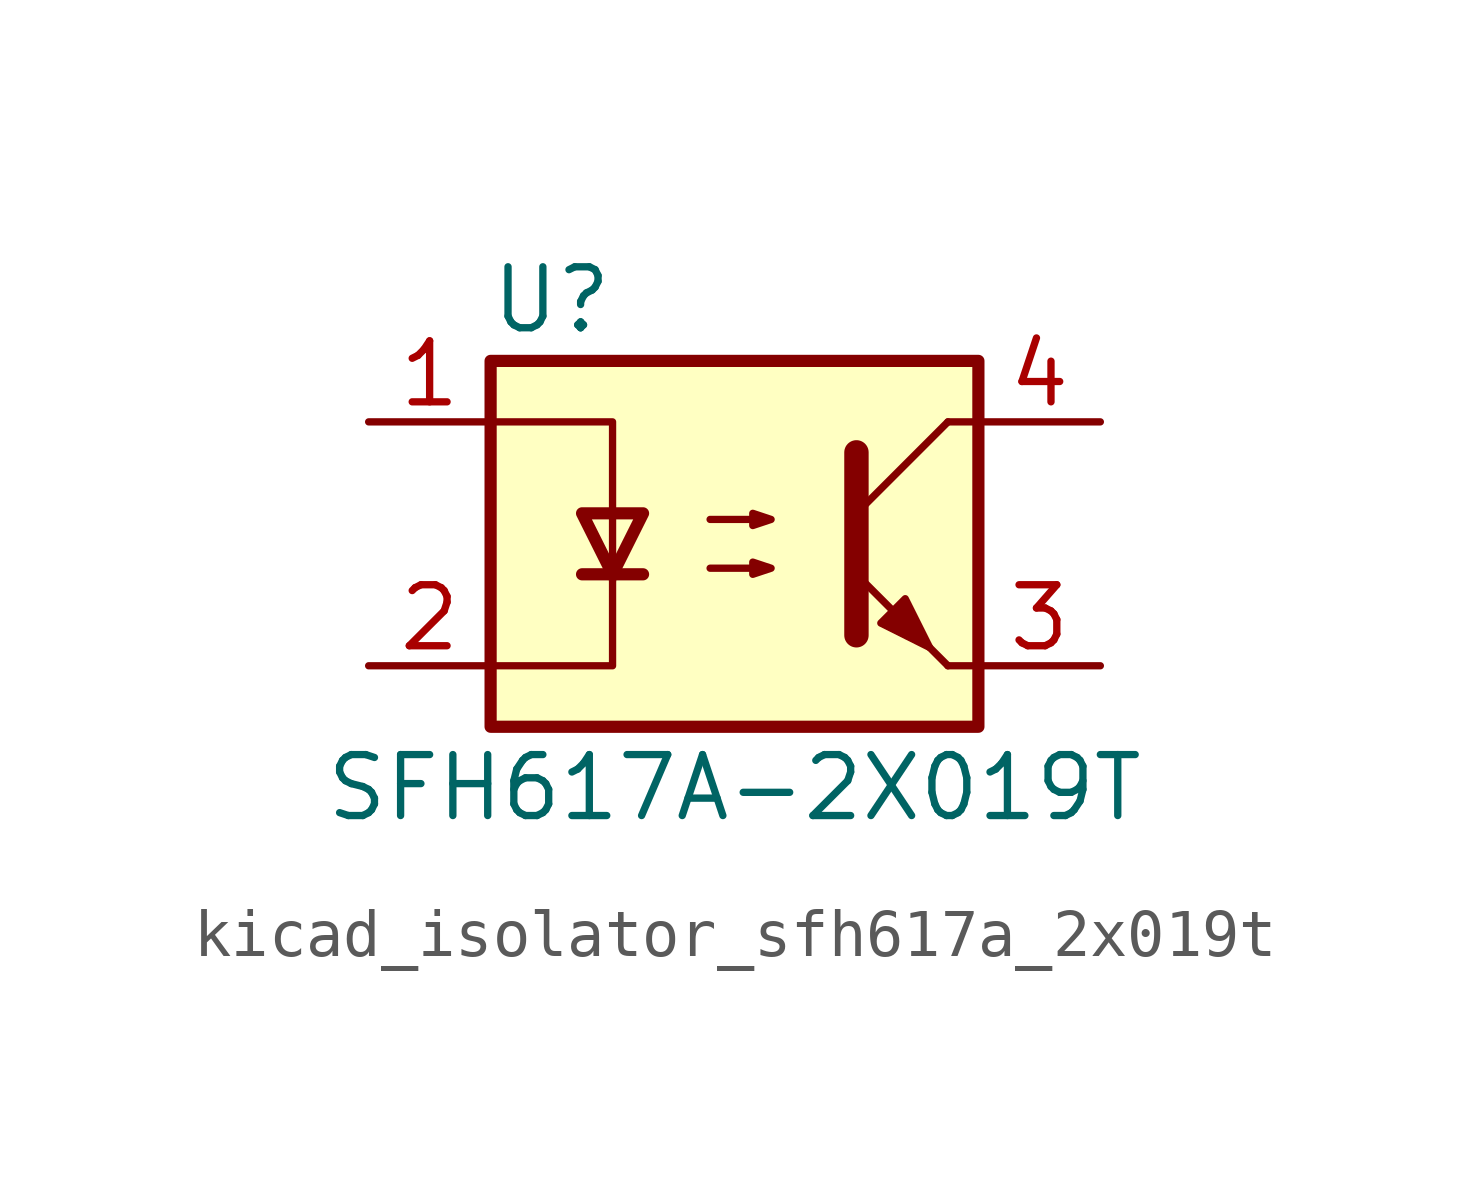
<source format=kicad_sym>
(kicad_symbol_lib
  (version 20220914)
  (generator kicad_symbol_editor)
  (symbol "kicad_isolator_sfh617a_2x019t"
    (property "Reference" "U"
      (at -3.81 5.08 0)
      (effects (font (size 1.27 1.27))))
    (property "Value" "SFH617A-2X019T"
      (at 0 -5.08 0)
      (effects (font (size 1.27 1.27))))
    (symbol "kicad_isolator_sfh617a_2x019t_1_1"
      (rectangle (start -5.08 3.81) (end 5.08 -3.81) (stroke (width 0.254) (type default)) (fill (type background)))
      (polyline (pts (xy -3.175 -0.635) (xy -1.905 -0.635)) (stroke (width 0.254) (type default)) (fill (type none)))
      (polyline (pts (xy 2.54 0.635) (xy 4.445 2.54)) (stroke (width 0) (type default)) (fill (type none)))
      (polyline (pts (xy 4.445 -2.54) (xy 2.54 -0.635)) (stroke (width 0) (type default)) (fill (type outline)))
      (polyline (pts (xy 4.445 -2.54) (xy 5.08 -2.54)) (stroke (width 0) (type default)) (fill (type none)))
      (polyline (pts (xy 4.445 2.54) (xy 5.08 2.54)) (stroke (width 0) (type default)) (fill (type none)))
      (polyline (pts (xy -5.08 2.54) (xy -2.54 2.54) (xy -2.54 -0.762)) (stroke (width 0) (type default)) (fill (type none)))
      (polyline (pts (xy -2.54 -0.635) (xy -2.54 -2.54) (xy -5.08 -2.54)) (stroke (width 0) (type default)) (fill (type none)))
      (polyline (pts (xy 2.54 1.905) (xy 2.54 -1.905) (xy 2.54 -1.905)) (stroke (width 0.508) (type default)) (fill (type none)))
      (polyline (pts (xy -2.54 -0.635) (xy -3.175 0.635) (xy -1.905 0.635) (xy -2.54 -0.635)) (stroke (width 0.254) (type default)) (fill (type none)))
      (polyline (pts (xy -0.508 -0.508) (xy 0.762 -0.508) (xy 0.381 -0.635) (xy 0.381 -0.381) (xy 0.762 -0.508)) (stroke (width 0) (type default)) (fill (type none)))
      (polyline (pts (xy -0.508 0.508) (xy 0.762 0.508) (xy 0.381 0.381) (xy 0.381 0.635) (xy 0.762 0.508)) (stroke (width 0) (type default)) (fill (type none)))
      (polyline (pts (xy 3.048 -1.651) (xy 3.556 -1.143) (xy 4.064 -2.159) (xy 3.048 -1.651) (xy 3.048 -1.651)) (stroke (width 0) (type default)) (fill (type outline)))
      (pin passive line (at -7.62 2.54 0) (length 2.54) (name "~" (effects (font (size 1.27 1.27)))) (number "1" (effects (font (size 1.27 1.27)))))
      (pin passive line (at -7.62 -2.54 0) (length 2.54) (name "~" (effects (font (size 1.27 1.27)))) (number "2" (effects (font (size 1.27 1.27)))))
      (pin passive line (at 7.62 -2.54 180) (length 2.54) (name "~" (effects (font (size 1.27 1.27)))) (number "3" (effects (font (size 1.27 1.27)))))
      (pin passive line (at 7.62 2.54 180) (length 2.54) (name "~" (effects (font (size 1.27 1.27)))) (number "4" (effects (font (size 1.27 1.27))))))))
</source>
